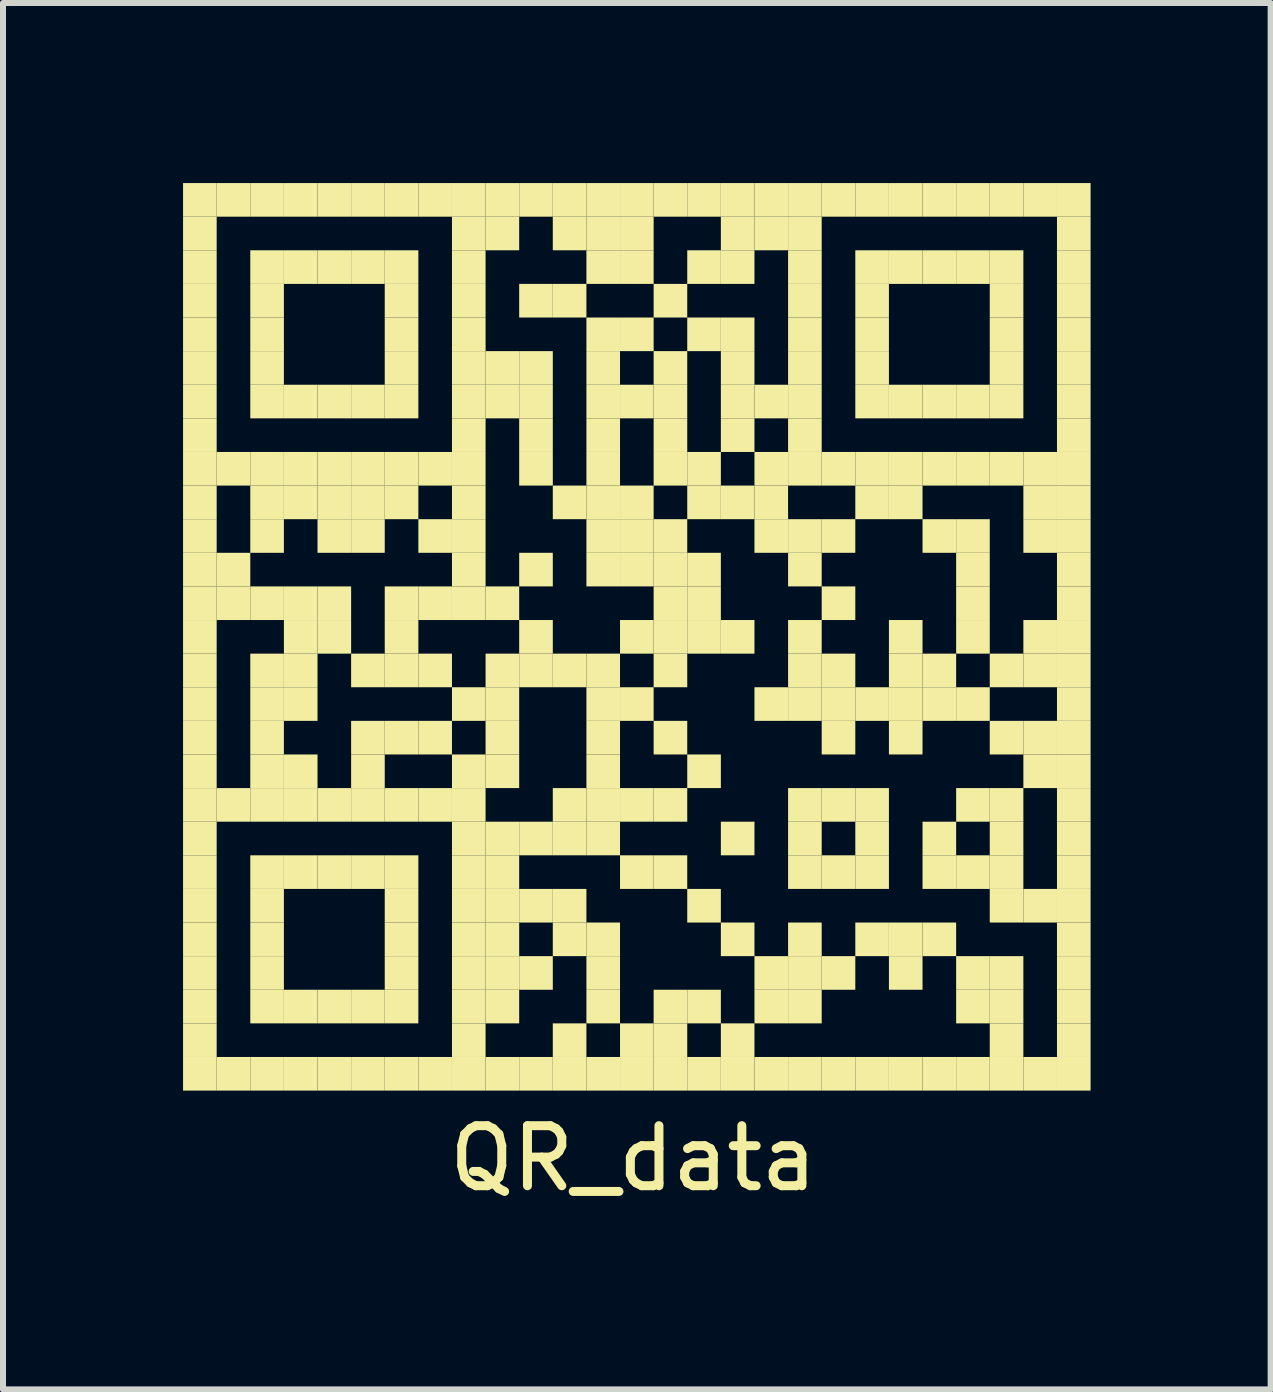
<source format=kicad_pcb>
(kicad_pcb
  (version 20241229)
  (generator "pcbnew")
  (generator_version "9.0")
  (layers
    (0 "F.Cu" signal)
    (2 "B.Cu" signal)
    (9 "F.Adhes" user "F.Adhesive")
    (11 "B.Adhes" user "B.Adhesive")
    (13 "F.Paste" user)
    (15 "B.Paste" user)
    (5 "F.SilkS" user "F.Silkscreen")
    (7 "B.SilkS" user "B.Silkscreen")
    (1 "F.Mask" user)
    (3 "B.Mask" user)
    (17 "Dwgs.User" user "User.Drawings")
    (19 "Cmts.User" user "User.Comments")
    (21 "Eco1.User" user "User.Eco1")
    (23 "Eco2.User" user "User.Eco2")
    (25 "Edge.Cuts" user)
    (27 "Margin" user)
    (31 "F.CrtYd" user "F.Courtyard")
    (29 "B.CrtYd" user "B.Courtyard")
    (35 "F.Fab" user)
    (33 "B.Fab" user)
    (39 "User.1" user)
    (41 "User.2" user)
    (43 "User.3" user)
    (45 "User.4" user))
  (footprint "QR_data"
    (layer "F.Cu")
    (at 7.5 7.5)
    (property "Reference" "QR_data" (at 0 8.75 0) (layer "F.SilkS") (effects (font (size 1 1) (thickness 0.15))))
    (attr exclude_from_pos_files exclude_from_bom allow_missing_courtyard)
    (fp_poly (pts (xy -7.5 -7.5) (xy -7.5 -6.94) (xy -6.94 -6.94) (xy -6.94 -7.5)) (stroke (width 0) (type solid)) (fill yes) (layer "F.SilkS"))
    (fp_poly (pts (xy -7.5 -6.94) (xy -7.5 -6.38) (xy -6.94 -6.38) (xy -6.94 -6.94)) (stroke (width 0) (type solid)) (fill yes) (layer "F.SilkS"))
    (fp_poly (pts (xy -7.5 -6.38) (xy -7.5 -5.82) (xy -6.94 -5.82) (xy -6.94 -6.38)) (stroke (width 0) (type solid)) (fill yes) (layer "F.SilkS"))
    (fp_poly (pts (xy -7.5 -5.82) (xy -7.5 -5.26) (xy -6.94 -5.26) (xy -6.94 -5.82)) (stroke (width 0) (type solid)) (fill yes) (layer "F.SilkS"))
    (fp_poly (pts (xy -7.5 -5.26) (xy -7.5 -4.7) (xy -6.94 -4.7) (xy -6.94 -5.26)) (stroke (width 0) (type solid)) (fill yes) (layer "F.SilkS"))
    (fp_poly (pts (xy -7.5 -4.7) (xy -7.5 -4.14) (xy -6.94 -4.14) (xy -6.94 -4.7)) (stroke (width 0) (type solid)) (fill yes) (layer "F.SilkS"))
    (fp_poly (pts (xy -7.5 -4.14) (xy -7.5 -3.58) (xy -6.94 -3.58) (xy -6.94 -4.14)) (stroke (width 0) (type solid)) (fill yes) (layer "F.SilkS"))
    (fp_poly (pts (xy -7.5 -3.58) (xy -7.5 -3.02) (xy -6.94 -3.02) (xy -6.94 -3.58)) (stroke (width 0) (type solid)) (fill yes) (layer "F.SilkS"))
    (fp_poly (pts (xy -7.5 -3.02) (xy -7.5 -2.46) (xy -6.94 -2.46) (xy -6.94 -3.02)) (stroke (width 0) (type solid)) (fill yes) (layer "F.SilkS"))
    (fp_poly (pts (xy -7.5 -2.46) (xy -7.5 -1.9) (xy -6.94 -1.9) (xy -6.94 -2.46)) (stroke (width 0) (type solid)) (fill yes) (layer "F.SilkS"))
    (fp_poly (pts (xy -7.5 -1.9) (xy -7.5 -1.34) (xy -6.94 -1.34) (xy -6.94 -1.9)) (stroke (width 0) (type solid)) (fill yes) (layer "F.SilkS"))
    (fp_poly (pts (xy -7.5 -1.34) (xy -7.5 -0.78) (xy -6.94 -0.78) (xy -6.94 -1.34)) (stroke (width 0) (type solid)) (fill yes) (layer "F.SilkS"))
    (fp_poly (pts (xy -7.5 -0.78) (xy -7.5 -0.22) (xy -6.94 -0.22) (xy -6.94 -0.78)) (stroke (width 0) (type solid)) (fill yes) (layer "F.SilkS"))
    (fp_poly (pts (xy -7.5 -0.22) (xy -7.5 0.34) (xy -6.94 0.34) (xy -6.94 -0.22)) (stroke (width 0) (type solid)) (fill yes) (layer "F.SilkS"))
    (fp_poly (pts (xy -7.5 0.34) (xy -7.5 0.9) (xy -6.94 0.9) (xy -6.94 0.34)) (stroke (width 0) (type solid)) (fill yes) (layer "F.SilkS"))
    (fp_poly (pts (xy -7.5 0.9) (xy -7.5 1.46) (xy -6.94 1.46) (xy -6.94 0.9)) (stroke (width 0) (type solid)) (fill yes) (layer "F.SilkS"))
    (fp_poly (pts (xy -7.5 1.46) (xy -7.5 2.02) (xy -6.94 2.02) (xy -6.94 1.46)) (stroke (width 0) (type solid)) (fill yes) (layer "F.SilkS"))
    (fp_poly (pts (xy -7.5 2.02) (xy -7.5 2.58) (xy -6.94 2.58) (xy -6.94 2.02)) (stroke (width 0) (type solid)) (fill yes) (layer "F.SilkS"))
    (fp_poly (pts (xy -7.5 2.58) (xy -7.5 3.14) (xy -6.94 3.14) (xy -6.94 2.58)) (stroke (width 0) (type solid)) (fill yes) (layer "F.SilkS"))
    (fp_poly (pts (xy -7.5 3.14) (xy -7.5 3.7) (xy -6.94 3.7) (xy -6.94 3.14)) (stroke (width 0) (type solid)) (fill yes) (layer "F.SilkS"))
    (fp_poly (pts (xy -7.5 3.7) (xy -7.5 4.26) (xy -6.94 4.26) (xy -6.94 3.7)) (stroke (width 0) (type solid)) (fill yes) (layer "F.SilkS"))
    (fp_poly (pts (xy -7.5 4.26) (xy -7.5 4.82) (xy -6.94 4.82) (xy -6.94 4.26)) (stroke (width 0) (type solid)) (fill yes) (layer "F.SilkS"))
    (fp_poly (pts (xy -7.5 4.82) (xy -7.5 5.38) (xy -6.94 5.38) (xy -6.94 4.82)) (stroke (width 0) (type solid)) (fill yes) (layer "F.SilkS"))
    (fp_poly (pts (xy -7.5 5.38) (xy -7.5 5.94) (xy -6.94 5.94) (xy -6.94 5.38)) (stroke (width 0) (type solid)) (fill yes) (layer "F.SilkS"))
    (fp_poly (pts (xy -7.5 5.94) (xy -7.5 6.5) (xy -6.94 6.5) (xy -6.94 5.94)) (stroke (width 0) (type solid)) (fill yes) (layer "F.SilkS"))
    (fp_poly (pts (xy -7.5 6.5) (xy -7.5 7.06) (xy -6.94 7.06) (xy -6.94 6.5)) (stroke (width 0) (type solid)) (fill yes) (layer "F.SilkS"))
    (fp_poly (pts (xy -7.5 7.06) (xy -7.5 7.62) (xy -6.94 7.62) (xy -6.94 7.06)) (stroke (width 0) (type solid)) (fill yes) (layer "F.SilkS"))
    (fp_poly (pts (xy -6.94 -7.5) (xy -6.94 -6.94) (xy -6.38 -6.94) (xy -6.38 -7.5)) (stroke (width 0) (type solid)) (fill yes) (layer "F.SilkS"))
    (fp_poly (pts (xy -6.94 -3.02) (xy -6.94 -2.46) (xy -6.38 -2.46) (xy -6.38 -3.02)) (stroke (width 0) (type solid)) (fill yes) (layer "F.SilkS"))
    (fp_poly (pts (xy -6.94 -1.34) (xy -6.94 -0.78) (xy -6.38 -0.78) (xy -6.38 -1.34)) (stroke (width 0) (type solid)) (fill yes) (layer "F.SilkS"))
    (fp_poly (pts (xy -6.94 -0.78) (xy -6.94 -0.22) (xy -6.38 -0.22) (xy -6.38 -0.78)) (stroke (width 0) (type solid)) (fill yes) (layer "F.SilkS"))
    (fp_poly (pts (xy -6.94 2.58) (xy -6.94 3.14) (xy -6.38 3.14) (xy -6.38 2.58)) (stroke (width 0) (type solid)) (fill yes) (layer "F.SilkS"))
    (fp_poly (pts (xy -6.94 7.06) (xy -6.94 7.62) (xy -6.38 7.62) (xy -6.38 7.06)) (stroke (width 0) (type solid)) (fill yes) (layer "F.SilkS"))
    (fp_poly (pts (xy -6.38 -7.5) (xy -6.38 -6.94) (xy -5.82 -6.94) (xy -5.82 -7.5)) (stroke (width 0) (type solid)) (fill yes) (layer "F.SilkS"))
    (fp_poly (pts (xy -6.38 -6.38) (xy -6.38 -5.82) (xy -5.82 -5.82) (xy -5.82 -6.38)) (stroke (width 0) (type solid)) (fill yes) (layer "F.SilkS"))
    (fp_poly (pts (xy -6.38 -5.82) (xy -6.38 -5.26) (xy -5.82 -5.26) (xy -5.82 -5.82)) (stroke (width 0) (type solid)) (fill yes) (layer "F.SilkS"))
    (fp_poly (pts (xy -6.38 -5.26) (xy -6.38 -4.7) (xy -5.82 -4.7) (xy -5.82 -5.26)) (stroke (width 0) (type solid)) (fill yes) (layer "F.SilkS"))
    (fp_poly (pts (xy -6.38 -4.7) (xy -6.38 -4.14) (xy -5.82 -4.14) (xy -5.82 -4.7)) (stroke (width 0) (type solid)) (fill yes) (layer "F.SilkS"))
    (fp_poly (pts (xy -6.38 -4.14) (xy -6.38 -3.58) (xy -5.82 -3.58) (xy -5.82 -4.14)) (stroke (width 0) (type solid)) (fill yes) (layer "F.SilkS"))
    (fp_poly (pts (xy -6.38 -3.02) (xy -6.38 -2.46) (xy -5.82 -2.46) (xy -5.82 -3.02)) (stroke (width 0) (type solid)) (fill yes) (layer "F.SilkS"))
    (fp_poly (pts (xy -6.38 -2.46) (xy -6.38 -1.9) (xy -5.82 -1.9) (xy -5.82 -2.46)) (stroke (width 0) (type solid)) (fill yes) (layer "F.SilkS"))
    (fp_poly (pts (xy -6.38 -1.9) (xy -6.38 -1.34) (xy -5.82 -1.34) (xy -5.82 -1.9)) (stroke (width 0) (type solid)) (fill yes) (layer "F.SilkS"))
    (fp_poly (pts (xy -6.38 -0.78) (xy -6.38 -0.22) (xy -5.82 -0.22) (xy -5.82 -0.78)) (stroke (width 0) (type solid)) (fill yes) (layer "F.SilkS"))
    (fp_poly (pts (xy -6.38 0.34) (xy -6.38 0.9) (xy -5.82 0.9) (xy -5.82 0.34)) (stroke (width 0) (type solid)) (fill yes) (layer "F.SilkS"))
    (fp_poly (pts (xy -6.38 0.9) (xy -6.38 1.46) (xy -5.82 1.46) (xy -5.82 0.9)) (stroke (width 0) (type solid)) (fill yes) (layer "F.SilkS"))
    (fp_poly (pts (xy -6.38 1.46) (xy -6.38 2.02) (xy -5.82 2.02) (xy -5.82 1.46)) (stroke (width 0) (type solid)) (fill yes) (layer "F.SilkS"))
    (fp_poly (pts (xy -6.38 2.02) (xy -6.38 2.58) (xy -5.82 2.58) (xy -5.82 2.02)) (stroke (width 0) (type solid)) (fill yes) (layer "F.SilkS"))
    (fp_poly (pts (xy -6.38 2.58) (xy -6.38 3.14) (xy -5.82 3.14) (xy -5.82 2.58)) (stroke (width 0) (type solid)) (fill yes) (layer "F.SilkS"))
    (fp_poly (pts (xy -6.38 3.7) (xy -6.38 4.26) (xy -5.82 4.26) (xy -5.82 3.7)) (stroke (width 0) (type solid)) (fill yes) (layer "F.SilkS"))
    (fp_poly (pts (xy -6.38 4.26) (xy -6.38 4.82) (xy -5.82 4.82) (xy -5.82 4.26)) (stroke (width 0) (type solid)) (fill yes) (layer "F.SilkS"))
    (fp_poly (pts (xy -6.38 4.82) (xy -6.38 5.38) (xy -5.82 5.38) (xy -5.82 4.82)) (stroke (width 0) (type solid)) (fill yes) (layer "F.SilkS"))
    (fp_poly (pts (xy -6.38 5.38) (xy -6.38 5.94) (xy -5.82 5.94) (xy -5.82 5.38)) (stroke (width 0) (type solid)) (fill yes) (layer "F.SilkS"))
    (fp_poly (pts (xy -6.38 5.94) (xy -6.38 6.5) (xy -5.82 6.5) (xy -5.82 5.94)) (stroke (width 0) (type solid)) (fill yes) (layer "F.SilkS"))
    (fp_poly (pts (xy -6.38 7.06) (xy -6.38 7.62) (xy -5.82 7.62) (xy -5.82 7.06)) (stroke (width 0) (type solid)) (fill yes) (layer "F.SilkS"))
    (fp_poly (pts (xy -5.82 -7.5) (xy -5.82 -6.94) (xy -5.26 -6.94) (xy -5.26 -7.5)) (stroke (width 0) (type solid)) (fill yes) (layer "F.SilkS"))
    (fp_poly (pts (xy -5.82 -6.38) (xy -5.82 -5.82) (xy -5.26 -5.82) (xy -5.26 -6.38)) (stroke (width 0) (type solid)) (fill yes) (layer "F.SilkS"))
    (fp_poly (pts (xy -5.82 -4.14) (xy -5.82 -3.58) (xy -5.26 -3.58) (xy -5.26 -4.14)) (stroke (width 0) (type solid)) (fill yes) (layer "F.SilkS"))
    (fp_poly (pts (xy -5.82 -3.02) (xy -5.82 -2.46) (xy -5.26 -2.46) (xy -5.26 -3.02)) (stroke (width 0) (type solid)) (fill yes) (layer "F.SilkS"))
    (fp_poly (pts (xy -5.82 -2.46) (xy -5.82 -1.9) (xy -5.26 -1.9) (xy -5.26 -2.46)) (stroke (width 0) (type solid)) (fill yes) (layer "F.SilkS"))
    (fp_poly (pts (xy -5.82 -0.78) (xy -5.82 -0.22) (xy -5.26 -0.22) (xy -5.26 -0.78)) (stroke (width 0) (type solid)) (fill yes) (layer "F.SilkS"))
    (fp_poly (pts (xy -5.82 -0.22) (xy -5.82 0.34) (xy -5.26 0.34) (xy -5.26 -0.22)) (stroke (width 0) (type solid)) (fill yes) (layer "F.SilkS"))
    (fp_poly (pts (xy -5.82 0.34) (xy -5.82 0.9) (xy -5.26 0.9) (xy -5.26 0.34)) (stroke (width 0) (type solid)) (fill yes) (layer "F.SilkS"))
    (fp_poly (pts (xy -5.82 0.9) (xy -5.82 1.46) (xy -5.26 1.46) (xy -5.26 0.9)) (stroke (width 0) (type solid)) (fill yes) (layer "F.SilkS"))
    (fp_poly (pts (xy -5.82 2.02) (xy -5.82 2.58) (xy -5.26 2.58) (xy -5.26 2.02)) (stroke (width 0) (type solid)) (fill yes) (layer "F.SilkS"))
    (fp_poly (pts (xy -5.82 2.58) (xy -5.82 3.14) (xy -5.26 3.14) (xy -5.26 2.58)) (stroke (width 0) (type solid)) (fill yes) (layer "F.SilkS"))
    (fp_poly (pts (xy -5.82 3.7) (xy -5.82 4.26) (xy -5.26 4.26) (xy -5.26 3.7)) (stroke (width 0) (type solid)) (fill yes) (layer "F.SilkS"))
    (fp_poly (pts (xy -5.82 5.94) (xy -5.82 6.5) (xy -5.26 6.5) (xy -5.26 5.94)) (stroke (width 0) (type solid)) (fill yes) (layer "F.SilkS"))
    (fp_poly (pts (xy -5.82 7.06) (xy -5.82 7.62) (xy -5.26 7.62) (xy -5.26 7.06)) (stroke (width 0) (type solid)) (fill yes) (layer "F.SilkS"))
    (fp_poly (pts (xy -5.26 -7.5) (xy -5.26 -6.94) (xy -4.7 -6.94) (xy -4.7 -7.5)) (stroke (width 0) (type solid)) (fill yes) (layer "F.SilkS"))
    (fp_poly (pts (xy -5.26 -6.38) (xy -5.26 -5.82) (xy -4.7 -5.82) (xy -4.7 -6.38)) (stroke (width 0) (type solid)) (fill yes) (layer "F.SilkS"))
    (fp_poly (pts (xy -5.26 -4.14) (xy -5.26 -3.58) (xy -4.7 -3.58) (xy -4.7 -4.14)) (stroke (width 0) (type solid)) (fill yes) (layer "F.SilkS"))
    (fp_poly (pts (xy -5.26 -3.02) (xy -5.26 -2.46) (xy -4.7 -2.46) (xy -4.7 -3.02)) (stroke (width 0) (type solid)) (fill yes) (layer "F.SilkS"))
    (fp_poly (pts (xy -5.26 -2.46) (xy -5.26 -1.9) (xy -4.7 -1.9) (xy -4.7 -2.46)) (stroke (width 0) (type solid)) (fill yes) (layer "F.SilkS"))
    (fp_poly (pts (xy -5.26 -1.9) (xy -5.26 -1.34) (xy -4.7 -1.34) (xy -4.7 -1.9)) (stroke (width 0) (type solid)) (fill yes) (layer "F.SilkS"))
    (fp_poly (pts (xy -5.26 -0.78) (xy -5.26 -0.22) (xy -4.7 -0.22) (xy -4.7 -0.78)) (stroke (width 0) (type solid)) (fill yes) (layer "F.SilkS"))
    (fp_poly (pts (xy -5.26 -0.22) (xy -5.26 0.34) (xy -4.7 0.34) (xy -4.7 -0.22)) (stroke (width 0) (type solid)) (fill yes) (layer "F.SilkS"))
    (fp_poly (pts (xy -5.26 2.58) (xy -5.26 3.14) (xy -4.7 3.14) (xy -4.7 2.58)) (stroke (width 0) (type solid)) (fill yes) (layer "F.SilkS"))
    (fp_poly (pts (xy -5.26 3.7) (xy -5.26 4.26) (xy -4.7 4.26) (xy -4.7 3.7)) (stroke (width 0) (type solid)) (fill yes) (layer "F.SilkS"))
    (fp_poly (pts (xy -5.26 5.94) (xy -5.26 6.5) (xy -4.7 6.5) (xy -4.7 5.94)) (stroke (width 0) (type solid)) (fill yes) (layer "F.SilkS"))
    (fp_poly (pts (xy -5.26 7.06) (xy -5.26 7.62) (xy -4.7 7.62) (xy -4.7 7.06)) (stroke (width 0) (type solid)) (fill yes) (layer "F.SilkS"))
    (fp_poly (pts (xy -4.7 -7.5) (xy -4.7 -6.94) (xy -4.14 -6.94) (xy -4.14 -7.5)) (stroke (width 0) (type solid)) (fill yes) (layer "F.SilkS"))
    (fp_poly (pts (xy -4.7 -6.38) (xy -4.7 -5.82) (xy -4.14 -5.82) (xy -4.14 -6.38)) (stroke (width 0) (type solid)) (fill yes) (layer "F.SilkS"))
    (fp_poly (pts (xy -4.7 -4.14) (xy -4.7 -3.58) (xy -4.14 -3.58) (xy -4.14 -4.14)) (stroke (width 0) (type solid)) (fill yes) (layer "F.SilkS"))
    (fp_poly (pts (xy -4.7 -3.02) (xy -4.7 -2.46) (xy -4.14 -2.46) (xy -4.14 -3.02)) (stroke (width 0) (type solid)) (fill yes) (layer "F.SilkS"))
    (fp_poly (pts (xy -4.7 -2.46) (xy -4.7 -1.9) (xy -4.14 -1.9) (xy -4.14 -2.46)) (stroke (width 0) (type solid)) (fill yes) (layer "F.SilkS"))
    (fp_poly (pts (xy -4.7 -1.9) (xy -4.7 -1.34) (xy -4.14 -1.34) (xy -4.14 -1.9)) (stroke (width 0) (type solid)) (fill yes) (layer "F.SilkS"))
    (fp_poly (pts (xy -4.7 0.34) (xy -4.7 0.9) (xy -4.14 0.9) (xy -4.14 0.34)) (stroke (width 0) (type solid)) (fill yes) (layer "F.SilkS"))
    (fp_poly (pts (xy -4.7 1.46) (xy -4.7 2.02) (xy -4.14 2.02) (xy -4.14 1.46)) (stroke (width 0) (type solid)) (fill yes) (layer "F.SilkS"))
    (fp_poly (pts (xy -4.7 2.02) (xy -4.7 2.58) (xy -4.14 2.58) (xy -4.14 2.02)) (stroke (width 0) (type solid)) (fill yes) (layer "F.SilkS"))
    (fp_poly (pts (xy -4.7 2.58) (xy -4.7 3.14) (xy -4.14 3.14) (xy -4.14 2.58)) (stroke (width 0) (type solid)) (fill yes) (layer "F.SilkS"))
    (fp_poly (pts (xy -4.7 3.7) (xy -4.7 4.26) (xy -4.14 4.26) (xy -4.14 3.7)) (stroke (width 0) (type solid)) (fill yes) (layer "F.SilkS"))
    (fp_poly (pts (xy -4.7 5.94) (xy -4.7 6.5) (xy -4.14 6.5) (xy -4.14 5.94)) (stroke (width 0) (type solid)) (fill yes) (layer "F.SilkS"))
    (fp_poly (pts (xy -4.7 7.06) (xy -4.7 7.62) (xy -4.14 7.62) (xy -4.14 7.06)) (stroke (width 0) (type solid)) (fill yes) (layer "F.SilkS"))
    (fp_poly (pts (xy -4.14 -7.5) (xy -4.14 -6.94) (xy -3.58 -6.94) (xy -3.58 -7.5)) (stroke (width 0) (type solid)) (fill yes) (layer "F.SilkS"))
    (fp_poly (pts (xy -4.14 -6.38) (xy -4.14 -5.82) (xy -3.58 -5.82) (xy -3.58 -6.38)) (stroke (width 0) (type solid)) (fill yes) (layer "F.SilkS"))
    (fp_poly (pts (xy -4.14 -5.82) (xy -4.14 -5.26) (xy -3.58 -5.26) (xy -3.58 -5.82)) (stroke (width 0) (type solid)) (fill yes) (layer "F.SilkS"))
    (fp_poly (pts (xy -4.14 -5.26) (xy -4.14 -4.7) (xy -3.58 -4.7) (xy -3.58 -5.26)) (stroke (width 0) (type solid)) (fill yes) (layer "F.SilkS"))
    (fp_poly (pts (xy -4.14 -4.7) (xy -4.14 -4.14) (xy -3.58 -4.14) (xy -3.58 -4.7)) (stroke (width 0) (type solid)) (fill yes) (layer "F.SilkS"))
    (fp_poly (pts (xy -4.14 -4.14) (xy -4.14 -3.58) (xy -3.58 -3.58) (xy -3.58 -4.14)) (stroke (width 0) (type solid)) (fill yes) (layer "F.SilkS"))
    (fp_poly (pts (xy -4.14 -3.02) (xy -4.14 -2.46) (xy -3.58 -2.46) (xy -3.58 -3.02)) (stroke (width 0) (type solid)) (fill yes) (layer "F.SilkS"))
    (fp_poly (pts (xy -4.14 -2.46) (xy -4.14 -1.9) (xy -3.58 -1.9) (xy -3.58 -2.46)) (stroke (width 0) (type solid)) (fill yes) (layer "F.SilkS"))
    (fp_poly (pts (xy -4.14 -0.78) (xy -4.14 -0.22) (xy -3.58 -0.22) (xy -3.58 -0.78)) (stroke (width 0) (type solid)) (fill yes) (layer "F.SilkS"))
    (fp_poly (pts (xy -4.14 -0.22) (xy -4.14 0.34) (xy -3.58 0.34) (xy -3.58 -0.22)) (stroke (width 0) (type solid)) (fill yes) (layer "F.SilkS"))
    (fp_poly (pts (xy -4.14 0.34) (xy -4.14 0.9) (xy -3.58 0.9) (xy -3.58 0.34)) (stroke (width 0) (type solid)) (fill yes) (layer "F.SilkS"))
    (fp_poly (pts (xy -4.14 1.46) (xy -4.14 2.02) (xy -3.58 2.02) (xy -3.58 1.46)) (stroke (width 0) (type solid)) (fill yes) (layer "F.SilkS"))
    (fp_poly (pts (xy -4.14 2.58) (xy -4.14 3.14) (xy -3.58 3.14) (xy -3.58 2.58)) (stroke (width 0) (type solid)) (fill yes) (layer "F.SilkS"))
    (fp_poly (pts (xy -4.14 3.7) (xy -4.14 4.26) (xy -3.58 4.26) (xy -3.58 3.7)) (stroke (width 0) (type solid)) (fill yes) (layer "F.SilkS"))
    (fp_poly (pts (xy -4.14 4.26) (xy -4.14 4.82) (xy -3.58 4.82) (xy -3.58 4.26)) (stroke (width 0) (type solid)) (fill yes) (layer "F.SilkS"))
    (fp_poly (pts (xy -4.14 4.82) (xy -4.14 5.38) (xy -3.58 5.38) (xy -3.58 4.82)) (stroke (width 0) (type solid)) (fill yes) (layer "F.SilkS"))
    (fp_poly (pts (xy -4.14 5.38) (xy -4.14 5.94) (xy -3.58 5.94) (xy -3.58 5.38)) (stroke (width 0) (type solid)) (fill yes) (layer "F.SilkS"))
    (fp_poly (pts (xy -4.14 5.94) (xy -4.14 6.5) (xy -3.58 6.5) (xy -3.58 5.94)) (stroke (width 0) (type solid)) (fill yes) (layer "F.SilkS"))
    (fp_poly (pts (xy -4.14 7.06) (xy -4.14 7.62) (xy -3.58 7.62) (xy -3.58 7.06)) (stroke (width 0) (type solid)) (fill yes) (layer "F.SilkS"))
    (fp_poly (pts (xy -3.58 -7.5) (xy -3.58 -6.94) (xy -3.02 -6.94) (xy -3.02 -7.5)) (stroke (width 0) (type solid)) (fill yes) (layer "F.SilkS"))
    (fp_poly (pts (xy -3.58 -3.02) (xy -3.58 -2.46) (xy -3.02 -2.46) (xy -3.02 -3.02)) (stroke (width 0) (type solid)) (fill yes) (layer "F.SilkS"))
    (fp_poly (pts (xy -3.58 -1.9) (xy -3.58 -1.34) (xy -3.02 -1.34) (xy -3.02 -1.9)) (stroke (width 0) (type solid)) (fill yes) (layer "F.SilkS"))
    (fp_poly (pts (xy -3.58 -0.78) (xy -3.58 -0.22) (xy -3.02 -0.22) (xy -3.02 -0.78)) (stroke (width 0) (type solid)) (fill yes) (layer "F.SilkS"))
    (fp_poly (pts (xy -3.58 0.34) (xy -3.58 0.9) (xy -3.02 0.9) (xy -3.02 0.34)) (stroke (width 0) (type solid)) (fill yes) (layer "F.SilkS"))
    (fp_poly (pts (xy -3.58 1.46) (xy -3.58 2.02) (xy -3.02 2.02) (xy -3.02 1.46)) (stroke (width 0) (type solid)) (fill yes) (layer "F.SilkS"))
    (fp_poly (pts (xy -3.58 2.58) (xy -3.58 3.14) (xy -3.02 3.14) (xy -3.02 2.58)) (stroke (width 0) (type solid)) (fill yes) (layer "F.SilkS"))
    (fp_poly (pts (xy -3.58 7.06) (xy -3.58 7.62) (xy -3.02 7.62) (xy -3.02 7.06)) (stroke (width 0) (type solid)) (fill yes) (layer "F.SilkS"))
    (fp_poly (pts (xy -3.02 -7.5) (xy -3.02 -6.94) (xy -2.46 -6.94) (xy -2.46 -7.5)) (stroke (width 0) (type solid)) (fill yes) (layer "F.SilkS"))
    (fp_poly (pts (xy -3.02 -6.94) (xy -3.02 -6.38) (xy -2.46 -6.38) (xy -2.46 -6.94)) (stroke (width 0) (type solid)) (fill yes) (layer "F.SilkS"))
    (fp_poly (pts (xy -3.02 -6.38) (xy -3.02 -5.82) (xy -2.46 -5.82) (xy -2.46 -6.38)) (stroke (width 0) (type solid)) (fill yes) (layer "F.SilkS"))
    (fp_poly (pts (xy -3.02 -5.82) (xy -3.02 -5.26) (xy -2.46 -5.26) (xy -2.46 -5.82)) (stroke (width 0) (type solid)) (fill yes) (layer "F.SilkS"))
    (fp_poly (pts (xy -3.02 -5.26) (xy -3.02 -4.7) (xy -2.46 -4.7) (xy -2.46 -5.26)) (stroke (width 0) (type solid)) (fill yes) (layer "F.SilkS"))
    (fp_poly (pts (xy -3.02 -4.7) (xy -3.02 -4.14) (xy -2.46 -4.14) (xy -2.46 -4.7)) (stroke (width 0) (type solid)) (fill yes) (layer "F.SilkS"))
    (fp_poly (pts (xy -3.02 -4.14) (xy -3.02 -3.58) (xy -2.46 -3.58) (xy -2.46 -4.14)) (stroke (width 0) (type solid)) (fill yes) (layer "F.SilkS"))
    (fp_poly (pts (xy -3.02 -3.58) (xy -3.02 -3.02) (xy -2.46 -3.02) (xy -2.46 -3.58)) (stroke (width 0) (type solid)) (fill yes) (layer "F.SilkS"))
    (fp_poly (pts (xy -3.02 -3.02) (xy -3.02 -2.46) (xy -2.46 -2.46) (xy -2.46 -3.02)) (stroke (width 0) (type solid)) (fill yes) (layer "F.SilkS"))
    (fp_poly (pts (xy -3.02 -2.46) (xy -3.02 -1.9) (xy -2.46 -1.9) (xy -2.46 -2.46)) (stroke (width 0) (type solid)) (fill yes) (layer "F.SilkS"))
    (fp_poly (pts (xy -3.02 -1.9) (xy -3.02 -1.34) (xy -2.46 -1.34) (xy -2.46 -1.9)) (stroke (width 0) (type solid)) (fill yes) (layer "F.SilkS"))
    (fp_poly (pts (xy -3.02 -1.34) (xy -3.02 -0.78) (xy -2.46 -0.78) (xy -2.46 -1.34)) (stroke (width 0) (type solid)) (fill yes) (layer "F.SilkS"))
    (fp_poly (pts (xy -3.02 -0.78) (xy -3.02 -0.22) (xy -2.46 -0.22) (xy -2.46 -0.78)) (stroke (width 0) (type solid)) (fill yes) (layer "F.SilkS"))
    (fp_poly (pts (xy -3.02 0.9) (xy -3.02 1.46) (xy -2.46 1.46) (xy -2.46 0.9)) (stroke (width 0) (type solid)) (fill yes) (layer "F.SilkS"))
    (fp_poly (pts (xy -3.02 2.02) (xy -3.02 2.58) (xy -2.46 2.58) (xy -2.46 2.02)) (stroke (width 0) (type solid)) (fill yes) (layer "F.SilkS"))
    (fp_poly (pts (xy -3.02 2.58) (xy -3.02 3.14) (xy -2.46 3.14) (xy -2.46 2.58)) (stroke (width 0) (type solid)) (fill yes) (layer "F.SilkS"))
    (fp_poly (pts (xy -3.02 3.14) (xy -3.02 3.7) (xy -2.46 3.7) (xy -2.46 3.14)) (stroke (width 0) (type solid)) (fill yes) (layer "F.SilkS"))
    (fp_poly (pts (xy -3.02 3.7) (xy -3.02 4.26) (xy -2.46 4.26) (xy -2.46 3.7)) (stroke (width 0) (type solid)) (fill yes) (layer "F.SilkS"))
    (fp_poly (pts (xy -3.02 4.26) (xy -3.02 4.82) (xy -2.46 4.82) (xy -2.46 4.26)) (stroke (width 0) (type solid)) (fill yes) (layer "F.SilkS"))
    (fp_poly (pts (xy -3.02 4.82) (xy -3.02 5.38) (xy -2.46 5.38) (xy -2.46 4.82)) (stroke (width 0) (type solid)) (fill yes) (layer "F.SilkS"))
    (fp_poly (pts (xy -3.02 5.38) (xy -3.02 5.94) (xy -2.46 5.94) (xy -2.46 5.38)) (stroke (width 0) (type solid)) (fill yes) (layer "F.SilkS"))
    (fp_poly (pts (xy -3.02 5.94) (xy -3.02 6.5) (xy -2.46 6.5) (xy -2.46 5.94)) (stroke (width 0) (type solid)) (fill yes) (layer "F.SilkS"))
    (fp_poly (pts (xy -3.02 6.5) (xy -3.02 7.06) (xy -2.46 7.06) (xy -2.46 6.5)) (stroke (width 0) (type solid)) (fill yes) (layer "F.SilkS"))
    (fp_poly (pts (xy -3.02 7.06) (xy -3.02 7.62) (xy -2.46 7.62) (xy -2.46 7.06)) (stroke (width 0) (type solid)) (fill yes) (layer "F.SilkS"))
    (fp_poly (pts (xy -2.46 -7.5) (xy -2.46 -6.94) (xy -1.9 -6.94) (xy -1.9 -7.5)) (stroke (width 0) (type solid)) (fill yes) (layer "F.SilkS"))
    (fp_poly (pts (xy -2.46 -6.94) (xy -2.46 -6.38) (xy -1.9 -6.38) (xy -1.9 -6.94)) (stroke (width 0) (type solid)) (fill yes) (layer "F.SilkS"))
    (fp_poly (pts (xy -2.46 -4.7) (xy -2.46 -4.14) (xy -1.9 -4.14) (xy -1.9 -4.7)) (stroke (width 0) (type solid)) (fill yes) (layer "F.SilkS"))
    (fp_poly (pts (xy -2.46 -4.14) (xy -2.46 -3.58) (xy -1.9 -3.58) (xy -1.9 -4.14)) (stroke (width 0) (type solid)) (fill yes) (layer "F.SilkS"))
    (fp_poly (pts (xy -2.46 -0.78) (xy -2.46 -0.22) (xy -1.9 -0.22) (xy -1.9 -0.78)) (stroke (width 0) (type solid)) (fill yes) (layer "F.SilkS"))
    (fp_poly (pts (xy -2.46 0.34) (xy -2.46 0.9) (xy -1.9 0.9) (xy -1.9 0.34)) (stroke (width 0) (type solid)) (fill yes) (layer "F.SilkS"))
    (fp_poly (pts (xy -2.46 0.9) (xy -2.46 1.46) (xy -1.9 1.46) (xy -1.9 0.9)) (stroke (width 0) (type solid)) (fill yes) (layer "F.SilkS"))
    (fp_poly (pts (xy -2.46 1.46) (xy -2.46 2.02) (xy -1.9 2.02) (xy -1.9 1.46)) (stroke (width 0) (type solid)) (fill yes) (layer "F.SilkS"))
    (fp_poly (pts (xy -2.46 2.02) (xy -2.46 2.58) (xy -1.9 2.58) (xy -1.9 2.02)) (stroke (width 0) (type solid)) (fill yes) (layer "F.SilkS"))
    (fp_poly (pts (xy -2.46 3.14) (xy -2.46 3.7) (xy -1.9 3.7) (xy -1.9 3.14)) (stroke (width 0) (type solid)) (fill yes) (layer "F.SilkS"))
    (fp_poly (pts (xy -2.46 3.7) (xy -2.46 4.26) (xy -1.9 4.26) (xy -1.9 3.7)) (stroke (width 0) (type solid)) (fill yes) (layer "F.SilkS"))
    (fp_poly (pts (xy -2.46 4.26) (xy -2.46 4.82) (xy -1.9 4.82) (xy -1.9 4.26)) (stroke (width 0) (type solid)) (fill yes) (layer "F.SilkS"))
    (fp_poly (pts (xy -2.46 4.82) (xy -2.46 5.38) (xy -1.9 5.38) (xy -1.9 4.82)) (stroke (width 0) (type solid)) (fill yes) (layer "F.SilkS"))
    (fp_poly (pts (xy -2.46 5.38) (xy -2.46 5.94) (xy -1.9 5.94) (xy -1.9 5.38)) (stroke (width 0) (type solid)) (fill yes) (layer "F.SilkS"))
    (fp_poly (pts (xy -2.46 5.94) (xy -2.46 6.5) (xy -1.9 6.5) (xy -1.9 5.94)) (stroke (width 0) (type solid)) (fill yes) (layer "F.SilkS"))
    (fp_poly (pts (xy -2.46 7.06) (xy -2.46 7.62) (xy -1.9 7.62) (xy -1.9 7.06)) (stroke (width 0) (type solid)) (fill yes) (layer "F.SilkS"))
    (fp_poly (pts (xy -1.9 -7.5) (xy -1.9 -6.94) (xy -1.34 -6.94) (xy -1.34 -7.5)) (stroke (width 0) (type solid)) (fill yes) (layer "F.SilkS"))
    (fp_poly (pts (xy -1.9 -5.82) (xy -1.9 -5.26) (xy -1.34 -5.26) (xy -1.34 -5.82)) (stroke (width 0) (type solid)) (fill yes) (layer "F.SilkS"))
    (fp_poly (pts (xy -1.9 -4.7) (xy -1.9 -4.14) (xy -1.34 -4.14) (xy -1.34 -4.7)) (stroke (width 0) (type solid)) (fill yes) (layer "F.SilkS"))
    (fp_poly (pts (xy -1.9 -4.14) (xy -1.9 -3.58) (xy -1.34 -3.58) (xy -1.34 -4.14)) (stroke (width 0) (type solid)) (fill yes) (layer "F.SilkS"))
    (fp_poly (pts (xy -1.9 -3.58) (xy -1.9 -3.02) (xy -1.34 -3.02) (xy -1.34 -3.58)) (stroke (width 0) (type solid)) (fill yes) (layer "F.SilkS"))
    (fp_poly (pts (xy -1.9 -3.02) (xy -1.9 -2.46) (xy -1.34 -2.46) (xy -1.34 -3.02)) (stroke (width 0) (type solid)) (fill yes) (layer "F.SilkS"))
    (fp_poly (pts (xy -1.9 -1.34) (xy -1.9 -0.78) (xy -1.34 -0.78) (xy -1.34 -1.34)) (stroke (width 0) (type solid)) (fill yes) (layer "F.SilkS"))
    (fp_poly (pts (xy -1.9 -0.22) (xy -1.9 0.34) (xy -1.34 0.34) (xy -1.34 -0.22)) (stroke (width 0) (type solid)) (fill yes) (layer "F.SilkS"))
    (fp_poly (pts (xy -1.9 0.34) (xy -1.9 0.9) (xy -1.34 0.9) (xy -1.34 0.34)) (stroke (width 0) (type solid)) (fill yes) (layer "F.SilkS"))
    (fp_poly (pts (xy -1.9 3.14) (xy -1.9 3.7) (xy -1.34 3.7) (xy -1.34 3.14)) (stroke (width 0) (type solid)) (fill yes) (layer "F.SilkS"))
    (fp_poly (pts (xy -1.9 4.26) (xy -1.9 4.82) (xy -1.34 4.82) (xy -1.34 4.26)) (stroke (width 0) (type solid)) (fill yes) (layer "F.SilkS"))
    (fp_poly (pts (xy -1.9 5.38) (xy -1.9 5.94) (xy -1.34 5.94) (xy -1.34 5.38)) (stroke (width 0) (type solid)) (fill yes) (layer "F.SilkS"))
    (fp_poly (pts (xy -1.9 7.06) (xy -1.9 7.62) (xy -1.34 7.62) (xy -1.34 7.06)) (stroke (width 0) (type solid)) (fill yes) (layer "F.SilkS"))
    (fp_poly (pts (xy -1.34 -7.5) (xy -1.34 -6.94) (xy -0.78 -6.94) (xy -0.78 -7.5)) (stroke (width 0) (type solid)) (fill yes) (layer "F.SilkS"))
    (fp_poly (pts (xy -1.34 -6.94) (xy -1.34 -6.38) (xy -0.78 -6.38) (xy -0.78 -6.94)) (stroke (width 0) (type solid)) (fill yes) (layer "F.SilkS"))
    (fp_poly (pts (xy -1.34 -5.82) (xy -1.34 -5.26) (xy -0.78 -5.26) (xy -0.78 -5.82)) (stroke (width 0) (type solid)) (fill yes) (layer "F.SilkS"))
    (fp_poly (pts (xy -1.34 -2.46) (xy -1.34 -1.9) (xy -0.78 -1.9) (xy -0.78 -2.46)) (stroke (width 0) (type solid)) (fill yes) (layer "F.SilkS"))
    (fp_poly (pts (xy -1.34 0.34) (xy -1.34 0.9) (xy -0.78 0.9) (xy -0.78 0.34)) (stroke (width 0) (type solid)) (fill yes) (layer "F.SilkS"))
    (fp_poly (pts (xy -1.34 2.58) (xy -1.34 3.14) (xy -0.78 3.14) (xy -0.78 2.58)) (stroke (width 0) (type solid)) (fill yes) (layer "F.SilkS"))
    (fp_poly (pts (xy -1.34 3.14) (xy -1.34 3.7) (xy -0.78 3.7) (xy -0.78 3.14)) (stroke (width 0) (type solid)) (fill yes) (layer "F.SilkS"))
    (fp_poly (pts (xy -1.34 4.26) (xy -1.34 4.82) (xy -0.78 4.82) (xy -0.78 4.26)) (stroke (width 0) (type solid)) (fill yes) (layer "F.SilkS"))
    (fp_poly (pts (xy -1.34 4.82) (xy -1.34 5.38) (xy -0.78 5.38) (xy -0.78 4.82)) (stroke (width 0) (type solid)) (fill yes) (layer "F.SilkS"))
    (fp_poly (pts (xy -1.34 6.5) (xy -1.34 7.06) (xy -0.78 7.06) (xy -0.78 6.5)) (stroke (width 0) (type solid)) (fill yes) (layer "F.SilkS"))
    (fp_poly (pts (xy -1.34 7.06) (xy -1.34 7.62) (xy -0.78 7.62) (xy -0.78 7.06)) (stroke (width 0) (type solid)) (fill yes) (layer "F.SilkS"))
    (fp_poly (pts (xy -0.78 -7.5) (xy -0.78 -6.94) (xy -0.22 -6.94) (xy -0.22 -7.5)) (stroke (width 0) (type solid)) (fill yes) (layer "F.SilkS"))
    (fp_poly (pts (xy -0.78 -6.94) (xy -0.78 -6.38) (xy -0.22 -6.38) (xy -0.22 -6.94)) (stroke (width 0) (type solid)) (fill yes) (layer "F.SilkS"))
    (fp_poly (pts (xy -0.78 -6.38) (xy -0.78 -5.82) (xy -0.22 -5.82) (xy -0.22 -6.38)) (stroke (width 0) (type solid)) (fill yes) (layer "F.SilkS"))
    (fp_poly (pts (xy -0.78 -5.26) (xy -0.78 -4.7) (xy -0.22 -4.7) (xy -0.22 -5.26)) (stroke (width 0) (type solid)) (fill yes) (layer "F.SilkS"))
    (fp_poly (pts (xy -0.78 -4.7) (xy -0.78 -4.14) (xy -0.22 -4.14) (xy -0.22 -4.7)) (stroke (width 0) (type solid)) (fill yes) (layer "F.SilkS"))
    (fp_poly (pts (xy -0.78 -4.14) (xy -0.78 -3.58) (xy -0.22 -3.58) (xy -0.22 -4.14)) (stroke (width 0) (type solid)) (fill yes) (layer "F.SilkS"))
    (fp_poly (pts (xy -0.78 -3.58) (xy -0.78 -3.02) (xy -0.22 -3.02) (xy -0.22 -3.58)) (stroke (width 0) (type solid)) (fill yes) (layer "F.SilkS"))
    (fp_poly (pts (xy -0.78 -3.02) (xy -0.78 -2.46) (xy -0.22 -2.46) (xy -0.22 -3.02)) (stroke (width 0) (type solid)) (fill yes) (layer "F.SilkS"))
    (fp_poly (pts (xy -0.78 -2.46) (xy -0.78 -1.9) (xy -0.22 -1.9) (xy -0.22 -2.46)) (stroke (width 0) (type solid)) (fill yes) (layer "F.SilkS"))
    (fp_poly (pts (xy -0.78 -1.9) (xy -0.78 -1.34) (xy -0.22 -1.34) (xy -0.22 -1.9)) (stroke (width 0) (type solid)) (fill yes) (layer "F.SilkS"))
    (fp_poly (pts (xy -0.78 -1.34) (xy -0.78 -0.78) (xy -0.22 -0.78) (xy -0.22 -1.34)) (stroke (width 0) (type solid)) (fill yes) (layer "F.SilkS"))
    (fp_poly (pts (xy -0.78 0.34) (xy -0.78 0.9) (xy -0.22 0.9) (xy -0.22 0.34)) (stroke (width 0) (type solid)) (fill yes) (layer "F.SilkS"))
    (fp_poly (pts (xy -0.78 0.9) (xy -0.78 1.46) (xy -0.22 1.46) (xy -0.22 0.9)) (stroke (width 0) (type solid)) (fill yes) (layer "F.SilkS"))
    (fp_poly (pts (xy -0.78 1.46) (xy -0.78 2.02) (xy -0.22 2.02) (xy -0.22 1.46)) (stroke (width 0) (type solid)) (fill yes) (layer "F.SilkS"))
    (fp_poly (pts (xy -0.78 2.02) (xy -0.78 2.58) (xy -0.22 2.58) (xy -0.22 2.02)) (stroke (width 0) (type solid)) (fill yes) (layer "F.SilkS"))
    (fp_poly (pts (xy -0.78 2.58) (xy -0.78 3.14) (xy -0.22 3.14) (xy -0.22 2.58)) (stroke (width 0) (type solid)) (fill yes) (layer "F.SilkS"))
    (fp_poly (pts (xy -0.78 3.14) (xy -0.78 3.7) (xy -0.22 3.7) (xy -0.22 3.14)) (stroke (width 0) (type solid)) (fill yes) (layer "F.SilkS"))
    (fp_poly (pts (xy -0.78 4.82) (xy -0.78 5.38) (xy -0.22 5.38) (xy -0.22 4.82)) (stroke (width 0) (type solid)) (fill yes) (layer "F.SilkS"))
    (fp_poly (pts (xy -0.78 5.38) (xy -0.78 5.94) (xy -0.22 5.94) (xy -0.22 5.38)) (stroke (width 0) (type solid)) (fill yes) (layer "F.SilkS"))
    (fp_poly (pts (xy -0.78 5.94) (xy -0.78 6.5) (xy -0.22 6.5) (xy -0.22 5.94)) (stroke (width 0) (type solid)) (fill yes) (layer "F.SilkS"))
    (fp_poly (pts (xy -0.78 7.06) (xy -0.78 7.62) (xy -0.22 7.62) (xy -0.22 7.06)) (stroke (width 0) (type solid)) (fill yes) (layer "F.SilkS"))
    (fp_poly (pts (xy -0.22 -7.5) (xy -0.22 -6.94) (xy 0.34 -6.94) (xy 0.34 -7.5)) (stroke (width 0) (type solid)) (fill yes) (layer "F.SilkS"))
    (fp_poly (pts (xy -0.22 -6.94) (xy -0.22 -6.38) (xy 0.34 -6.38) (xy 0.34 -6.94)) (stroke (width 0) (type solid)) (fill yes) (layer "F.SilkS"))
    (fp_poly (pts (xy -0.22 -6.38) (xy -0.22 -5.82) (xy 0.34 -5.82) (xy 0.34 -6.38)) (stroke (width 0) (type solid)) (fill yes) (layer "F.SilkS"))
    (fp_poly (pts (xy -0.22 -5.26) (xy -0.22 -4.7) (xy 0.34 -4.7) (xy 0.34 -5.26)) (stroke (width 0) (type solid)) (fill yes) (layer "F.SilkS"))
    (fp_poly (pts (xy -0.22 -4.14) (xy -0.22 -3.58) (xy 0.34 -3.58) (xy 0.34 -4.14)) (stroke (width 0) (type solid)) (fill yes) (layer "F.SilkS"))
    (fp_poly (pts (xy -0.22 -2.46) (xy -0.22 -1.9) (xy 0.34 -1.9) (xy 0.34 -2.46)) (stroke (width 0) (type solid)) (fill yes) (layer "F.SilkS"))
    (fp_poly (pts (xy -0.22 -1.9) (xy -0.22 -1.34) (xy 0.34 -1.34) (xy 0.34 -1.9)) (stroke (width 0) (type solid)) (fill yes) (layer "F.SilkS"))
    (fp_poly (pts (xy -0.22 -1.34) (xy -0.22 -0.78) (xy 0.34 -0.78) (xy 0.34 -1.34)) (stroke (width 0) (type solid)) (fill yes) (layer "F.SilkS"))
    (fp_poly (pts (xy -0.22 -0.22) (xy -0.22 0.34) (xy 0.34 0.34) (xy 0.34 -0.22)) (stroke (width 0) (type solid)) (fill yes) (layer "F.SilkS"))
    (fp_poly (pts (xy -0.22 0.9) (xy -0.22 1.46) (xy 0.34 1.46) (xy 0.34 0.9)) (stroke (width 0) (type solid)) (fill yes) (layer "F.SilkS"))
    (fp_poly (pts (xy -0.22 2.58) (xy -0.22 3.14) (xy 0.34 3.14) (xy 0.34 2.58)) (stroke (width 0) (type solid)) (fill yes) (layer "F.SilkS"))
    (fp_poly (pts (xy -0.22 3.7) (xy -0.22 4.26) (xy 0.34 4.26) (xy 0.34 3.7)) (stroke (width 0) (type solid)) (fill yes) (layer "F.SilkS"))
    (fp_poly (pts (xy -0.22 6.5) (xy -0.22 7.06) (xy 0.34 7.06) (xy 0.34 6.5)) (stroke (width 0) (type solid)) (fill yes) (layer "F.SilkS"))
    (fp_poly (pts (xy -0.22 7.06) (xy -0.22 7.62) (xy 0.34 7.62) (xy 0.34 7.06)) (stroke (width 0) (type solid)) (fill yes) (layer "F.SilkS"))
    (fp_poly (pts (xy 0.34 -7.5) (xy 0.34 -6.94) (xy 0.9 -6.94) (xy 0.9 -7.5)) (stroke (width 0) (type solid)) (fill yes) (layer "F.SilkS"))
    (fp_poly (pts (xy 0.34 -5.82) (xy 0.34 -5.26) (xy 0.9 -5.26) (xy 0.9 -5.82)) (stroke (width 0) (type solid)) (fill yes) (layer "F.SilkS"))
    (fp_poly (pts (xy 0.34 -4.7) (xy 0.34 -4.14) (xy 0.9 -4.14) (xy 0.9 -4.7)) (stroke (width 0) (type solid)) (fill yes) (layer "F.SilkS"))
    (fp_poly (pts (xy 0.34 -4.14) (xy 0.34 -3.58) (xy 0.9 -3.58) (xy 0.9 -4.14)) (stroke (width 0) (type solid)) (fill yes) (layer "F.SilkS"))
    (fp_poly (pts (xy 0.34 -3.58) (xy 0.34 -3.02) (xy 0.9 -3.02) (xy 0.9 -3.58)) (stroke (width 0) (type solid)) (fill yes) (layer "F.SilkS"))
    (fp_poly (pts (xy 0.34 -3.02) (xy 0.34 -2.46) (xy 0.9 -2.46) (xy 0.9 -3.02)) (stroke (width 0) (type solid)) (fill yes) (layer "F.SilkS"))
    (fp_poly (pts (xy 0.34 -1.9) (xy 0.34 -1.34) (xy 0.9 -1.34) (xy 0.9 -1.9)) (stroke (width 0) (type solid)) (fill yes) (layer "F.SilkS"))
    (fp_poly (pts (xy 0.34 -1.34) (xy 0.34 -0.78) (xy 0.9 -0.78) (xy 0.9 -1.34)) (stroke (width 0) (type solid)) (fill yes) (layer "F.SilkS"))
    (fp_poly (pts (xy 0.34 -0.78) (xy 0.34 -0.22) (xy 0.9 -0.22) (xy 0.9 -0.78)) (stroke (width 0) (type solid)) (fill yes) (layer "F.SilkS"))
    (fp_poly (pts (xy 0.34 -0.22) (xy 0.34 0.34) (xy 0.9 0.34) (xy 0.9 -0.22)) (stroke (width 0) (type solid)) (fill yes) (layer "F.SilkS"))
    (fp_poly (pts (xy 0.34 0.34) (xy 0.34 0.9) (xy 0.9 0.9) (xy 0.9 0.34)) (stroke (width 0) (type solid)) (fill yes) (layer "F.SilkS"))
    (fp_poly (pts (xy 0.34 1.46) (xy 0.34 2.02) (xy 0.9 2.02) (xy 0.9 1.46)) (stroke (width 0) (type solid)) (fill yes) (layer "F.SilkS"))
    (fp_poly (pts (xy 0.34 2.58) (xy 0.34 3.14) (xy 0.9 3.14) (xy 0.9 2.58)) (stroke (width 0) (type solid)) (fill yes) (layer "F.SilkS"))
    (fp_poly (pts (xy 0.34 3.7) (xy 0.34 4.26) (xy 0.9 4.26) (xy 0.9 3.7)) (stroke (width 0) (type solid)) (fill yes) (layer "F.SilkS"))
    (fp_poly (pts (xy 0.34 5.94) (xy 0.34 6.5) (xy 0.9 6.5) (xy 0.9 5.94)) (stroke (width 0) (type solid)) (fill yes) (layer "F.SilkS"))
    (fp_poly (pts (xy 0.34 6.5) (xy 0.34 7.06) (xy 0.9 7.06) (xy 0.9 6.5)) (stroke (width 0) (type solid)) (fill yes) (layer "F.SilkS"))
    (fp_poly (pts (xy 0.34 7.06) (xy 0.34 7.62) (xy 0.9 7.62) (xy 0.9 7.06)) (stroke (width 0) (type solid)) (fill yes) (layer "F.SilkS"))
    (fp_poly (pts (xy 0.9 -7.5) (xy 0.9 -6.94) (xy 1.46 -6.94) (xy 1.46 -7.5)) (stroke (width 0) (type solid)) (fill yes) (layer "F.SilkS"))
    (fp_poly (pts (xy 0.9 -6.38) (xy 0.9 -5.82) (xy 1.46 -5.82) (xy 1.46 -6.38)) (stroke (width 0) (type solid)) (fill yes) (layer "F.SilkS"))
    (fp_poly (pts (xy 0.9 -5.26) (xy 0.9 -4.7) (xy 1.46 -4.7) (xy 1.46 -5.26)) (stroke (width 0) (type solid)) (fill yes) (layer "F.SilkS"))
    (fp_poly (pts (xy 0.9 -3.02) (xy 0.9 -2.46) (xy 1.46 -2.46) (xy 1.46 -3.02)) (stroke (width 0) (type solid)) (fill yes) (layer "F.SilkS"))
    (fp_poly (pts (xy 0.9 -2.46) (xy 0.9 -1.9) (xy 1.46 -1.9) (xy 1.46 -2.46)) (stroke (width 0) (type solid)) (fill yes) (layer "F.SilkS"))
    (fp_poly (pts (xy 0.9 -1.34) (xy 0.9 -0.78) (xy 1.46 -0.78) (xy 1.46 -1.34)) (stroke (width 0) (type solid)) (fill yes) (layer "F.SilkS"))
    (fp_poly (pts (xy 0.9 -0.78) (xy 0.9 -0.22) (xy 1.46 -0.22) (xy 1.46 -0.78)) (stroke (width 0) (type solid)) (fill yes) (layer "F.SilkS"))
    (fp_poly (pts (xy 0.9 -0.22) (xy 0.9 0.34) (xy 1.46 0.34) (xy 1.46 -0.22)) (stroke (width 0) (type solid)) (fill yes) (layer "F.SilkS"))
    (fp_poly (pts (xy 0.9 2.02) (xy 0.9 2.58) (xy 1.46 2.58) (xy 1.46 2.02)) (stroke (width 0) (type solid)) (fill yes) (layer "F.SilkS"))
    (fp_poly (pts (xy 0.9 4.26) (xy 0.9 4.82) (xy 1.46 4.82) (xy 1.46 4.26)) (stroke (width 0) (type solid)) (fill yes) (layer "F.SilkS"))
    (fp_poly (pts (xy 0.9 5.94) (xy 0.9 6.5) (xy 1.46 6.5) (xy 1.46 5.94)) (stroke (width 0) (type solid)) (fill yes) (layer "F.SilkS"))
    (fp_poly (pts (xy 0.9 7.06) (xy 0.9 7.62) (xy 1.46 7.62) (xy 1.46 7.06)) (stroke (width 0) (type solid)) (fill yes) (layer "F.SilkS"))
    (fp_poly (pts (xy 1.46 -7.5) (xy 1.46 -6.94) (xy 2.02 -6.94) (xy 2.02 -7.5)) (stroke (width 0) (type solid)) (fill yes) (layer "F.SilkS"))
    (fp_poly (pts (xy 1.46 -6.94) (xy 1.46 -6.38) (xy 2.02 -6.38) (xy 2.02 -6.94)) (stroke (width 0) (type solid)) (fill yes) (layer "F.SilkS"))
    (fp_poly (pts (xy 1.46 -6.38) (xy 1.46 -5.82) (xy 2.02 -5.82) (xy 2.02 -6.38)) (stroke (width 0) (type solid)) (fill yes) (layer "F.SilkS"))
    (fp_poly (pts (xy 1.46 -5.26) (xy 1.46 -4.7) (xy 2.02 -4.7) (xy 2.02 -5.26)) (stroke (width 0) (type solid)) (fill yes) (layer "F.SilkS"))
    (fp_poly (pts (xy 1.46 -4.7) (xy 1.46 -4.14) (xy 2.02 -4.14) (xy 2.02 -4.7)) (stroke (width 0) (type solid)) (fill yes) (layer "F.SilkS"))
    (fp_poly (pts (xy 1.46 -4.14) (xy 1.46 -3.58) (xy 2.02 -3.58) (xy 2.02 -4.14)) (stroke (width 0) (type solid)) (fill yes) (layer "F.SilkS"))
    (fp_poly (pts (xy 1.46 -3.58) (xy 1.46 -3.02) (xy 2.02 -3.02) (xy 2.02 -3.58)) (stroke (width 0) (type solid)) (fill yes) (layer "F.SilkS"))
    (fp_poly (pts (xy 1.46 -2.46) (xy 1.46 -1.9) (xy 2.02 -1.9) (xy 2.02 -2.46)) (stroke (width 0) (type solid)) (fill yes) (layer "F.SilkS"))
    (fp_poly (pts (xy 1.46 -0.22) (xy 1.46 0.34) (xy 2.02 0.34) (xy 2.02 -0.22)) (stroke (width 0) (type solid)) (fill yes) (layer "F.SilkS"))
    (fp_poly (pts (xy 1.46 3.14) (xy 1.46 3.7) (xy 2.02 3.7) (xy 2.02 3.14)) (stroke (width 0) (type solid)) (fill yes) (layer "F.SilkS"))
    (fp_poly (pts (xy 1.46 4.82) (xy 1.46 5.38) (xy 2.02 5.38) (xy 2.02 4.82)) (stroke (width 0) (type solid)) (fill yes) (layer "F.SilkS"))
    (fp_poly (pts (xy 1.46 6.5) (xy 1.46 7.06) (xy 2.02 7.06) (xy 2.02 6.5)) (stroke (width 0) (type solid)) (fill yes) (layer "F.SilkS"))
    (fp_poly (pts (xy 1.46 7.06) (xy 1.46 7.62) (xy 2.02 7.62) (xy 2.02 7.06)) (stroke (width 0) (type solid)) (fill yes) (layer "F.SilkS"))
    (fp_poly (pts (xy 2.02 -7.5) (xy 2.02 -6.94) (xy 2.58 -6.94) (xy 2.58 -7.5)) (stroke (width 0) (type solid)) (fill yes) (layer "F.SilkS"))
    (fp_poly (pts (xy 2.02 -6.94) (xy 2.02 -6.38) (xy 2.58 -6.38) (xy 2.58 -6.94)) (stroke (width 0) (type solid)) (fill yes) (layer "F.SilkS"))
    (fp_poly (pts (xy 2.02 -4.14) (xy 2.02 -3.58) (xy 2.58 -3.58) (xy 2.58 -4.14)) (stroke (width 0) (type solid)) (fill yes) (layer "F.SilkS"))
    (fp_poly (pts (xy 2.02 -3.02) (xy 2.02 -2.46) (xy 2.58 -2.46) (xy 2.58 -3.02)) (stroke (width 0) (type solid)) (fill yes) (layer "F.SilkS"))
    (fp_poly (pts (xy 2.02 -2.46) (xy 2.02 -1.9) (xy 2.58 -1.9) (xy 2.58 -2.46)) (stroke (width 0) (type solid)) (fill yes) (layer "F.SilkS"))
    (fp_poly (pts (xy 2.02 -1.9) (xy 2.02 -1.34) (xy 2.58 -1.34) (xy 2.58 -1.9)) (stroke (width 0) (type solid)) (fill yes) (layer "F.SilkS"))
    (fp_poly (pts (xy 2.02 0.9) (xy 2.02 1.46) (xy 2.58 1.46) (xy 2.58 0.9)) (stroke (width 0) (type solid)) (fill yes) (layer "F.SilkS"))
    (fp_poly (pts (xy 2.02 5.38) (xy 2.02 5.94) (xy 2.58 5.94) (xy 2.58 5.38)) (stroke (width 0) (type solid)) (fill yes) (layer "F.SilkS"))
    (fp_poly (pts (xy 2.02 5.94) (xy 2.02 6.5) (xy 2.58 6.5) (xy 2.58 5.94)) (stroke (width 0) (type solid)) (fill yes) (layer "F.SilkS"))
    (fp_poly (pts (xy 2.02 7.06) (xy 2.02 7.62) (xy 2.58 7.62) (xy 2.58 7.06)) (stroke (width 0) (type solid)) (fill yes) (layer "F.SilkS"))
    (fp_poly (pts (xy 2.58 -7.5) (xy 2.58 -6.94) (xy 3.14 -6.94) (xy 3.14 -7.5)) (stroke (width 0) (type solid)) (fill yes) (layer "F.SilkS"))
    (fp_poly (pts (xy 2.58 -6.94) (xy 2.58 -6.38) (xy 3.14 -6.38) (xy 3.14 -6.94)) (stroke (width 0) (type solid)) (fill yes) (layer "F.SilkS"))
    (fp_poly (pts (xy 2.58 -6.38) (xy 2.58 -5.82) (xy 3.14 -5.82) (xy 3.14 -6.38)) (stroke (width 0) (type solid)) (fill yes) (layer "F.SilkS"))
    (fp_poly (pts (xy 2.58 -5.82) (xy 2.58 -5.26) (xy 3.14 -5.26) (xy 3.14 -5.82)) (stroke (width 0) (type solid)) (fill yes) (layer "F.SilkS"))
    (fp_poly (pts (xy 2.58 -5.26) (xy 2.58 -4.7) (xy 3.14 -4.7) (xy 3.14 -5.26)) (stroke (width 0) (type solid)) (fill yes) (layer "F.SilkS"))
    (fp_poly (pts (xy 2.58 -4.7) (xy 2.58 -4.14) (xy 3.14 -4.14) (xy 3.14 -4.7)) (stroke (width 0) (type solid)) (fill yes) (layer "F.SilkS"))
    (fp_poly (pts (xy 2.58 -4.14) (xy 2.58 -3.58) (xy 3.14 -3.58) (xy 3.14 -4.14)) (stroke (width 0) (type solid)) (fill yes) (layer "F.SilkS"))
    (fp_poly (pts (xy 2.58 -3.58) (xy 2.58 -3.02) (xy 3.14 -3.02) (xy 3.14 -3.58)) (stroke (width 0) (type solid)) (fill yes) (layer "F.SilkS"))
    (fp_poly (pts (xy 2.58 -3.02) (xy 2.58 -2.46) (xy 3.14 -2.46) (xy 3.14 -3.02)) (stroke (width 0) (type solid)) (fill yes) (layer "F.SilkS"))
    (fp_poly (pts (xy 2.58 -1.9) (xy 2.58 -1.34) (xy 3.14 -1.34) (xy 3.14 -1.9)) (stroke (width 0) (type solid)) (fill yes) (layer "F.SilkS"))
    (fp_poly (pts (xy 2.58 -1.34) (xy 2.58 -0.78) (xy 3.14 -0.78) (xy 3.14 -1.34)) (stroke (width 0) (type solid)) (fill yes) (layer "F.SilkS"))
    (fp_poly (pts (xy 2.58 -0.22) (xy 2.58 0.34) (xy 3.14 0.34) (xy 3.14 -0.22)) (stroke (width 0) (type solid)) (fill yes) (layer "F.SilkS"))
    (fp_poly (pts (xy 2.58 0.34) (xy 2.58 0.9) (xy 3.14 0.9) (xy 3.14 0.34)) (stroke (width 0) (type solid)) (fill yes) (layer "F.SilkS"))
    (fp_poly (pts (xy 2.58 0.9) (xy 2.58 1.46) (xy 3.14 1.46) (xy 3.14 0.9)) (stroke (width 0) (type solid)) (fill yes) (layer "F.SilkS"))
    (fp_poly (pts (xy 2.58 2.58) (xy 2.58 3.14) (xy 3.14 3.14) (xy 3.14 2.58)) (stroke (width 0) (type solid)) (fill yes) (layer "F.SilkS"))
    (fp_poly (pts (xy 2.58 3.14) (xy 2.58 3.7) (xy 3.14 3.7) (xy 3.14 3.14)) (stroke (width 0) (type solid)) (fill yes) (layer "F.SilkS"))
    (fp_poly (pts (xy 2.58 3.7) (xy 2.58 4.26) (xy 3.14 4.26) (xy 3.14 3.7)) (stroke (width 0) (type solid)) (fill yes) (layer "F.SilkS"))
    (fp_poly (pts (xy 2.58 4.82) (xy 2.58 5.38) (xy 3.14 5.38) (xy 3.14 4.82)) (stroke (width 0) (type solid)) (fill yes) (layer "F.SilkS"))
    (fp_poly (pts (xy 2.58 5.38) (xy 2.58 5.94) (xy 3.14 5.94) (xy 3.14 5.38)) (stroke (width 0) (type solid)) (fill yes) (layer "F.SilkS"))
    (fp_poly (pts (xy 2.58 5.94) (xy 2.58 6.5) (xy 3.14 6.5) (xy 3.14 5.94)) (stroke (width 0) (type solid)) (fill yes) (layer "F.SilkS"))
    (fp_poly (pts (xy 2.58 7.06) (xy 2.58 7.62) (xy 3.14 7.62) (xy 3.14 7.06)) (stroke (width 0) (type solid)) (fill yes) (layer "F.SilkS"))
    (fp_poly (pts (xy 3.14 -7.5) (xy 3.14 -6.94) (xy 3.7 -6.94) (xy 3.7 -7.5)) (stroke (width 0) (type solid)) (fill yes) (layer "F.SilkS"))
    (fp_poly (pts (xy 3.14 -3.02) (xy 3.14 -2.46) (xy 3.7 -2.46) (xy 3.7 -3.02)) (stroke (width 0) (type solid)) (fill yes) (layer "F.SilkS"))
    (fp_poly (pts (xy 3.14 -1.9) (xy 3.14 -1.34) (xy 3.7 -1.34) (xy 3.7 -1.9)) (stroke (width 0) (type solid)) (fill yes) (layer "F.SilkS"))
    (fp_poly (pts (xy 3.14 -0.78) (xy 3.14 -0.22) (xy 3.7 -0.22) (xy 3.7 -0.78)) (stroke (width 0) (type solid)) (fill yes) (layer "F.SilkS"))
    (fp_poly (pts (xy 3.14 0.34) (xy 3.14 0.9) (xy 3.7 0.9) (xy 3.7 0.34)) (stroke (width 0) (type solid)) (fill yes) (layer "F.SilkS"))
    (fp_poly (pts (xy 3.14 0.9) (xy 3.14 1.46) (xy 3.7 1.46) (xy 3.7 0.9)) (stroke (width 0) (type solid)) (fill yes) (layer "F.SilkS"))
    (fp_poly (pts (xy 3.14 1.46) (xy 3.14 2.02) (xy 3.7 2.02) (xy 3.7 1.46)) (stroke (width 0) (type solid)) (fill yes) (layer "F.SilkS"))
    (fp_poly (pts (xy 3.14 2.58) (xy 3.14 3.14) (xy 3.7 3.14) (xy 3.7 2.58)) (stroke (width 0) (type solid)) (fill yes) (layer "F.SilkS"))
    (fp_poly (pts (xy 3.14 3.7) (xy 3.14 4.26) (xy 3.7 4.26) (xy 3.7 3.7)) (stroke (width 0) (type solid)) (fill yes) (layer "F.SilkS"))
    (fp_poly (pts (xy 3.14 5.38) (xy 3.14 5.94) (xy 3.7 5.94) (xy 3.7 5.38)) (stroke (width 0) (type solid)) (fill yes) (layer "F.SilkS"))
    (fp_poly (pts (xy 3.14 7.06) (xy 3.14 7.62) (xy 3.7 7.62) (xy 3.7 7.06)) (stroke (width 0) (type solid)) (fill yes) (layer "F.SilkS"))
    (fp_poly (pts (xy 3.7 -7.5) (xy 3.7 -6.94) (xy 4.26 -6.94) (xy 4.26 -7.5)) (stroke (width 0) (type solid)) (fill yes) (layer "F.SilkS"))
    (fp_poly (pts (xy 3.7 -6.38) (xy 3.7 -5.82) (xy 4.26 -5.82) (xy 4.26 -6.38)) (stroke (width 0) (type solid)) (fill yes) (layer "F.SilkS"))
    (fp_poly (pts (xy 3.7 -5.82) (xy 3.7 -5.26) (xy 4.26 -5.26) (xy 4.26 -5.82)) (stroke (width 0) (type solid)) (fill yes) (layer "F.SilkS"))
    (fp_poly (pts (xy 3.7 -5.26) (xy 3.7 -4.7) (xy 4.26 -4.7) (xy 4.26 -5.26)) (stroke (width 0) (type solid)) (fill yes) (layer "F.SilkS"))
    (fp_poly (pts (xy 3.7 -4.7) (xy 3.7 -4.14) (xy 4.26 -4.14) (xy 4.26 -4.7)) (stroke (width 0) (type solid)) (fill yes) (layer "F.SilkS"))
    (fp_poly (pts (xy 3.7 -4.14) (xy 3.7 -3.58) (xy 4.26 -3.58) (xy 4.26 -4.14)) (stroke (width 0) (type solid)) (fill yes) (layer "F.SilkS"))
    (fp_poly (pts (xy 3.7 -3.02) (xy 3.7 -2.46) (xy 4.26 -2.46) (xy 4.26 -3.02)) (stroke (width 0) (type solid)) (fill yes) (layer "F.SilkS"))
    (fp_poly (pts (xy 3.7 -2.46) (xy 3.7 -1.9) (xy 4.26 -1.9) (xy 4.26 -2.46)) (stroke (width 0) (type solid)) (fill yes) (layer "F.SilkS"))
    (fp_poly (pts (xy 3.7 0.9) (xy 3.7 1.46) (xy 4.26 1.46) (xy 4.26 0.9)) (stroke (width 0) (type solid)) (fill yes) (layer "F.SilkS"))
    (fp_poly (pts (xy 3.7 2.58) (xy 3.7 3.14) (xy 4.26 3.14) (xy 4.26 2.58)) (stroke (width 0) (type solid)) (fill yes) (layer "F.SilkS"))
    (fp_poly (pts (xy 3.7 3.14) (xy 3.7 3.7) (xy 4.26 3.7) (xy 4.26 3.14)) (stroke (width 0) (type solid)) (fill yes) (layer "F.SilkS"))
    (fp_poly (pts (xy 3.7 3.7) (xy 3.7 4.26) (xy 4.26 4.26) (xy 4.26 3.7)) (stroke (width 0) (type solid)) (fill yes) (layer "F.SilkS"))
    (fp_poly (pts (xy 3.7 4.82) (xy 3.7 5.38) (xy 4.26 5.38) (xy 4.26 4.82)) (stroke (width 0) (type solid)) (fill yes) (layer "F.SilkS"))
    (fp_poly (pts (xy 3.7 7.06) (xy 3.7 7.62) (xy 4.26 7.62) (xy 4.26 7.06)) (stroke (width 0) (type solid)) (fill yes) (layer "F.SilkS"))
    (fp_poly (pts (xy 4.26 -7.5) (xy 4.26 -6.94) (xy 4.82 -6.94) (xy 4.82 -7.5)) (stroke (width 0) (type solid)) (fill yes) (layer "F.SilkS"))
    (fp_poly (pts (xy 4.26 -6.38) (xy 4.26 -5.82) (xy 4.82 -5.82) (xy 4.82 -6.38)) (stroke (width 0) (type solid)) (fill yes) (layer "F.SilkS"))
    (fp_poly (pts (xy 4.26 -4.14) (xy 4.26 -3.58) (xy 4.82 -3.58) (xy 4.82 -4.14)) (stroke (width 0) (type solid)) (fill yes) (layer "F.SilkS"))
    (fp_poly (pts (xy 4.26 -3.02) (xy 4.26 -2.46) (xy 4.82 -2.46) (xy 4.82 -3.02)) (stroke (width 0) (type solid)) (fill yes) (layer "F.SilkS"))
    (fp_poly (pts (xy 4.26 -2.46) (xy 4.26 -1.9) (xy 4.82 -1.9) (xy 4.82 -2.46)) (stroke (width 0) (type solid)) (fill yes) (layer "F.SilkS"))
    (fp_poly (pts (xy 4.26 -0.22) (xy 4.26 0.34) (xy 4.82 0.34) (xy 4.82 -0.22)) (stroke (width 0) (type solid)) (fill yes) (layer "F.SilkS"))
    (fp_poly (pts (xy 4.26 0.34) (xy 4.26 0.9) (xy 4.82 0.9) (xy 4.82 0.34)) (stroke (width 0) (type solid)) (fill yes) (layer "F.SilkS"))
    (fp_poly (pts (xy 4.26 0.9) (xy 4.26 1.46) (xy 4.82 1.46) (xy 4.82 0.9)) (stroke (width 0) (type solid)) (fill yes) (layer "F.SilkS"))
    (fp_poly (pts (xy 4.26 1.46) (xy 4.26 2.02) (xy 4.82 2.02) (xy 4.82 1.46)) (stroke (width 0) (type solid)) (fill yes) (layer "F.SilkS"))
    (fp_poly (pts (xy 4.26 4.82) (xy 4.26 5.38) (xy 4.82 5.38) (xy 4.82 4.82)) (stroke (width 0) (type solid)) (fill yes) (layer "F.SilkS"))
    (fp_poly (pts (xy 4.26 5.38) (xy 4.26 5.94) (xy 4.82 5.94) (xy 4.82 5.38)) (stroke (width 0) (type solid)) (fill yes) (layer "F.SilkS"))
    (fp_poly (pts (xy 4.26 7.06) (xy 4.26 7.62) (xy 4.82 7.62) (xy 4.82 7.06)) (stroke (width 0) (type solid)) (fill yes) (layer "F.SilkS"))
    (fp_poly (pts (xy 4.82 -7.5) (xy 4.82 -6.94) (xy 5.38 -6.94) (xy 5.38 -7.5)) (stroke (width 0) (type solid)) (fill yes) (layer "F.SilkS"))
    (fp_poly (pts (xy 4.82 -6.38) (xy 4.82 -5.82) (xy 5.38 -5.82) (xy 5.38 -6.38)) (stroke (width 0) (type solid)) (fill yes) (layer "F.SilkS"))
    (fp_poly (pts (xy 4.82 -4.14) (xy 4.82 -3.58) (xy 5.38 -3.58) (xy 5.38 -4.14)) (stroke (width 0) (type solid)) (fill yes) (layer "F.SilkS"))
    (fp_poly (pts (xy 4.82 -3.02) (xy 4.82 -2.46) (xy 5.38 -2.46) (xy 5.38 -3.02)) (stroke (width 0) (type solid)) (fill yes) (layer "F.SilkS"))
    (fp_poly (pts (xy 4.82 -1.9) (xy 4.82 -1.34) (xy 5.38 -1.34) (xy 5.38 -1.9)) (stroke (width 0) (type solid)) (fill yes) (layer "F.SilkS"))
    (fp_poly (pts (xy 4.82 0.34) (xy 4.82 0.9) (xy 5.38 0.9) (xy 5.38 0.34)) (stroke (width 0) (type solid)) (fill yes) (layer "F.SilkS"))
    (fp_poly (pts (xy 4.82 0.9) (xy 4.82 1.46) (xy 5.38 1.46) (xy 5.38 0.9)) (stroke (width 0) (type solid)) (fill yes) (layer "F.SilkS"))
    (fp_poly (pts (xy 4.82 3.14) (xy 4.82 3.7) (xy 5.38 3.7) (xy 5.38 3.14)) (stroke (width 0) (type solid)) (fill yes) (layer "F.SilkS"))
    (fp_poly (pts (xy 4.82 3.7) (xy 4.82 4.26) (xy 5.38 4.26) (xy 5.38 3.7)) (stroke (width 0) (type solid)) (fill yes) (layer "F.SilkS"))
    (fp_poly (pts (xy 4.82 4.82) (xy 4.82 5.38) (xy 5.38 5.38) (xy 5.38 4.82)) (stroke (width 0) (type solid)) (fill yes) (layer "F.SilkS"))
    (fp_poly (pts (xy 4.82 7.06) (xy 4.82 7.62) (xy 5.38 7.62) (xy 5.38 7.06)) (stroke (width 0) (type solid)) (fill yes) (layer "F.SilkS"))
    (fp_poly (pts (xy 5.38 -7.5) (xy 5.38 -6.94) (xy 5.94 -6.94) (xy 5.94 -7.5)) (stroke (width 0) (type solid)) (fill yes) (layer "F.SilkS"))
    (fp_poly (pts (xy 5.38 -6.38) (xy 5.38 -5.82) (xy 5.94 -5.82) (xy 5.94 -6.38)) (stroke (width 0) (type solid)) (fill yes) (layer "F.SilkS"))
    (fp_poly (pts (xy 5.38 -4.14) (xy 5.38 -3.58) (xy 5.94 -3.58) (xy 5.94 -4.14)) (stroke (width 0) (type solid)) (fill yes) (layer "F.SilkS"))
    (fp_poly (pts (xy 5.38 -3.02) (xy 5.38 -2.46) (xy 5.94 -2.46) (xy 5.94 -3.02)) (stroke (width 0) (type solid)) (fill yes) (layer "F.SilkS"))
    (fp_poly (pts (xy 5.38 -1.9) (xy 5.38 -1.34) (xy 5.94 -1.34) (xy 5.94 -1.9)) (stroke (width 0) (type solid)) (fill yes) (layer "F.SilkS"))
    (fp_poly (pts (xy 5.38 -1.34) (xy 5.38 -0.78) (xy 5.94 -0.78) (xy 5.94 -1.34)) (stroke (width 0) (type solid)) (fill yes) (layer "F.SilkS"))
    (fp_poly (pts (xy 5.38 -0.78) (xy 5.38 -0.22) (xy 5.94 -0.22) (xy 5.94 -0.78)) (stroke (width 0) (type solid)) (fill yes) (layer "F.SilkS"))
    (fp_poly (pts (xy 5.38 -0.22) (xy 5.38 0.34) (xy 5.94 0.34) (xy 5.94 -0.22)) (stroke (width 0) (type solid)) (fill yes) (layer "F.SilkS"))
    (fp_poly (pts (xy 5.38 0.9) (xy 5.38 1.46) (xy 5.94 1.46) (xy 5.94 0.9)) (stroke (width 0) (type solid)) (fill yes) (layer "F.SilkS"))
    (fp_poly (pts (xy 5.38 2.58) (xy 5.38 3.14) (xy 5.94 3.14) (xy 5.94 2.58)) (stroke (width 0) (type solid)) (fill yes) (layer "F.SilkS"))
    (fp_poly (pts (xy 5.38 3.7) (xy 5.38 4.26) (xy 5.94 4.26) (xy 5.94 3.7)) (stroke (width 0) (type solid)) (fill yes) (layer "F.SilkS"))
    (fp_poly (pts (xy 5.38 5.38) (xy 5.38 5.94) (xy 5.94 5.94) (xy 5.94 5.38)) (stroke (width 0) (type solid)) (fill yes) (layer "F.SilkS"))
    (fp_poly (pts (xy 5.38 5.94) (xy 5.38 6.5) (xy 5.94 6.5) (xy 5.94 5.94)) (stroke (width 0) (type solid)) (fill yes) (layer "F.SilkS"))
    (fp_poly (pts (xy 5.38 7.06) (xy 5.38 7.62) (xy 5.94 7.62) (xy 5.94 7.06)) (stroke (width 0) (type solid)) (fill yes) (layer "F.SilkS"))
    (fp_poly (pts (xy 5.94 -7.5) (xy 5.94 -6.94) (xy 6.5 -6.94) (xy 6.5 -7.5)) (stroke (width 0) (type solid)) (fill yes) (layer "F.SilkS"))
    (fp_poly (pts (xy 5.94 -6.38) (xy 5.94 -5.82) (xy 6.5 -5.82) (xy 6.5 -6.38)) (stroke (width 0) (type solid)) (fill yes) (layer "F.SilkS"))
    (fp_poly (pts (xy 5.94 -5.82) (xy 5.94 -5.26) (xy 6.5 -5.26) (xy 6.5 -5.82)) (stroke (width 0) (type solid)) (fill yes) (layer "F.SilkS"))
    (fp_poly (pts (xy 5.94 -5.26) (xy 5.94 -4.7) (xy 6.5 -4.7) (xy 6.5 -5.26)) (stroke (width 0) (type solid)) (fill yes) (layer "F.SilkS"))
    (fp_poly (pts (xy 5.94 -4.7) (xy 5.94 -4.14) (xy 6.5 -4.14) (xy 6.5 -4.7)) (stroke (width 0) (type solid)) (fill yes) (layer "F.SilkS"))
    (fp_poly (pts (xy 5.94 -4.14) (xy 5.94 -3.58) (xy 6.5 -3.58) (xy 6.5 -4.14)) (stroke (width 0) (type solid)) (fill yes) (layer "F.SilkS"))
    (fp_poly (pts (xy 5.94 -3.02) (xy 5.94 -2.46) (xy 6.5 -2.46) (xy 6.5 -3.02)) (stroke (width 0) (type solid)) (fill yes) (layer "F.SilkS"))
    (fp_poly (pts (xy 5.94 0.34) (xy 5.94 0.9) (xy 6.5 0.9) (xy 6.5 0.34)) (stroke (width 0) (type solid)) (fill yes) (layer "F.SilkS"))
    (fp_poly (pts (xy 5.94 1.46) (xy 5.94 2.02) (xy 6.5 2.02) (xy 6.5 1.46)) (stroke (width 0) (type solid)) (fill yes) (layer "F.SilkS"))
    (fp_poly (pts (xy 5.94 2.58) (xy 5.94 3.14) (xy 6.5 3.14) (xy 6.5 2.58)) (stroke (width 0) (type solid)) (fill yes) (layer "F.SilkS"))
    (fp_poly (pts (xy 5.94 3.14) (xy 5.94 3.7) (xy 6.5 3.7) (xy 6.5 3.14)) (stroke (width 0) (type solid)) (fill yes) (layer "F.SilkS"))
    (fp_poly (pts (xy 5.94 3.7) (xy 5.94 4.26) (xy 6.5 4.26) (xy 6.5 3.7)) (stroke (width 0) (type solid)) (fill yes) (layer "F.SilkS"))
    (fp_poly (pts (xy 5.94 4.26) (xy 5.94 4.82) (xy 6.5 4.82) (xy 6.5 4.26)) (stroke (width 0) (type solid)) (fill yes) (layer "F.SilkS"))
    (fp_poly (pts (xy 5.94 5.38) (xy 5.94 5.94) (xy 6.5 5.94) (xy 6.5 5.38)) (stroke (width 0) (type solid)) (fill yes) (layer "F.SilkS"))
    (fp_poly (pts (xy 5.94 5.94) (xy 5.94 6.5) (xy 6.5 6.5) (xy 6.5 5.94)) (stroke (width 0) (type solid)) (fill yes) (layer "F.SilkS"))
    (fp_poly (pts (xy 5.94 6.5) (xy 5.94 7.06) (xy 6.5 7.06) (xy 6.5 6.5)) (stroke (width 0) (type solid)) (fill yes) (layer "F.SilkS"))
    (fp_poly (pts (xy 5.94 7.06) (xy 5.94 7.62) (xy 6.5 7.62) (xy 6.5 7.06)) (stroke (width 0) (type solid)) (fill yes) (layer "F.SilkS"))
    (fp_poly (pts (xy 6.5 -7.5) (xy 6.5 -6.94) (xy 7.06 -6.94) (xy 7.06 -7.5)) (stroke (width 0) (type solid)) (fill yes) (layer "F.SilkS"))
    (fp_poly (pts (xy 6.5 -3.02) (xy 6.5 -2.46) (xy 7.06 -2.46) (xy 7.06 -3.02)) (stroke (width 0) (type solid)) (fill yes) (layer "F.SilkS"))
    (fp_poly (pts (xy 6.5 -2.46) (xy 6.5 -1.9) (xy 7.06 -1.9) (xy 7.06 -2.46)) (stroke (width 0) (type solid)) (fill yes) (layer "F.SilkS"))
    (fp_poly (pts (xy 6.5 -1.9) (xy 6.5 -1.34) (xy 7.06 -1.34) (xy 7.06 -1.9)) (stroke (width 0) (type solid)) (fill yes) (layer "F.SilkS"))
    (fp_poly (pts (xy 6.5 -0.22) (xy 6.5 0.34) (xy 7.06 0.34) (xy 7.06 -0.22)) (stroke (width 0) (type solid)) (fill yes) (layer "F.SilkS"))
    (fp_poly (pts (xy 6.5 0.34) (xy 6.5 0.9) (xy 7.06 0.9) (xy 7.06 0.34)) (stroke (width 0) (type solid)) (fill yes) (layer "F.SilkS"))
    (fp_poly (pts (xy 6.5 1.46) (xy 6.5 2.02) (xy 7.06 2.02) (xy 7.06 1.46)) (stroke (width 0) (type solid)) (fill yes) (layer "F.SilkS"))
    (fp_poly (pts (xy 6.5 2.02) (xy 6.5 2.58) (xy 7.06 2.58) (xy 7.06 2.02)) (stroke (width 0) (type solid)) (fill yes) (layer "F.SilkS"))
    (fp_poly (pts (xy 6.5 4.26) (xy 6.5 4.82) (xy 7.06 4.82) (xy 7.06 4.26)) (stroke (width 0) (type solid)) (fill yes) (layer "F.SilkS"))
    (fp_poly (pts (xy 6.5 7.06) (xy 6.5 7.62) (xy 7.06 7.62) (xy 7.06 7.06)) (stroke (width 0) (type solid)) (fill yes) (layer "F.SilkS"))
    (fp_poly (pts (xy 7.06 -7.5) (xy 7.06 -6.94) (xy 7.62 -6.94) (xy 7.62 -7.5)) (stroke (width 0) (type solid)) (fill yes) (layer "F.SilkS"))
    (fp_poly (pts (xy 7.06 -6.94) (xy 7.06 -6.38) (xy 7.62 -6.38) (xy 7.62 -6.94)) (stroke (width 0) (type solid)) (fill yes) (layer "F.SilkS"))
    (fp_poly (pts (xy 7.06 -6.38) (xy 7.06 -5.82) (xy 7.62 -5.82) (xy 7.62 -6.38)) (stroke (width 0) (type solid)) (fill yes) (layer "F.SilkS"))
    (fp_poly (pts (xy 7.06 -5.82) (xy 7.06 -5.26) (xy 7.62 -5.26) (xy 7.62 -5.82)) (stroke (width 0) (type solid)) (fill yes) (layer "F.SilkS"))
    (fp_poly (pts (xy 7.06 -5.26) (xy 7.06 -4.7) (xy 7.62 -4.7) (xy 7.62 -5.26)) (stroke (width 0) (type solid)) (fill yes) (layer "F.SilkS"))
    (fp_poly (pts (xy 7.06 -4.7) (xy 7.06 -4.14) (xy 7.62 -4.14) (xy 7.62 -4.7)) (stroke (width 0) (type solid)) (fill yes) (layer "F.SilkS"))
    (fp_poly (pts (xy 7.06 -4.14) (xy 7.06 -3.58) (xy 7.62 -3.58) (xy 7.62 -4.14)) (stroke (width 0) (type solid)) (fill yes) (layer "F.SilkS"))
    (fp_poly (pts (xy 7.06 -3.58) (xy 7.06 -3.02) (xy 7.62 -3.02) (xy 7.62 -3.58)) (stroke (width 0) (type solid)) (fill yes) (layer "F.SilkS"))
    (fp_poly (pts (xy 7.06 -3.02) (xy 7.06 -2.46) (xy 7.62 -2.46) (xy 7.62 -3.02)) (stroke (width 0) (type solid)) (fill yes) (layer "F.SilkS"))
    (fp_poly (pts (xy 7.06 -2.46) (xy 7.06 -1.9) (xy 7.62 -1.9) (xy 7.62 -2.46)) (stroke (width 0) (type solid)) (fill yes) (layer "F.SilkS"))
    (fp_poly (pts (xy 7.06 -1.9) (xy 7.06 -1.34) (xy 7.62 -1.34) (xy 7.62 -1.9)) (stroke (width 0) (type solid)) (fill yes) (layer "F.SilkS"))
    (fp_poly (pts (xy 7.06 -1.34) (xy 7.06 -0.78) (xy 7.62 -0.78) (xy 7.62 -1.34)) (stroke (width 0) (type solid)) (fill yes) (layer "F.SilkS"))
    (fp_poly (pts (xy 7.06 -0.78) (xy 7.06 -0.22) (xy 7.62 -0.22) (xy 7.62 -0.78)) (stroke (width 0) (type solid)) (fill yes) (layer "F.SilkS"))
    (fp_poly (pts (xy 7.06 -0.22) (xy 7.06 0.34) (xy 7.62 0.34) (xy 7.62 -0.22)) (stroke (width 0) (type solid)) (fill yes) (layer "F.SilkS"))
    (fp_poly (pts (xy 7.06 0.34) (xy 7.06 0.9) (xy 7.62 0.9) (xy 7.62 0.34)) (stroke (width 0) (type solid)) (fill yes) (layer "F.SilkS"))
    (fp_poly (pts (xy 7.06 0.9) (xy 7.06 1.46) (xy 7.62 1.46) (xy 7.62 0.9)) (stroke (width 0) (type solid)) (fill yes) (layer "F.SilkS"))
    (fp_poly (pts (xy 7.06 1.46) (xy 7.06 2.02) (xy 7.62 2.02) (xy 7.62 1.46)) (stroke (width 0) (type solid)) (fill yes) (layer "F.SilkS"))
    (fp_poly (pts (xy 7.06 2.02) (xy 7.06 2.58) (xy 7.62 2.58) (xy 7.62 2.02)) (stroke (width 0) (type solid)) (fill yes) (layer "F.SilkS"))
    (fp_poly (pts (xy 7.06 2.58) (xy 7.06 3.14) (xy 7.62 3.14) (xy 7.62 2.58)) (stroke (width 0) (type solid)) (fill yes) (layer "F.SilkS"))
    (fp_poly (pts (xy 7.06 3.14) (xy 7.06 3.7) (xy 7.62 3.7) (xy 7.62 3.14)) (stroke (width 0) (type solid)) (fill yes) (layer "F.SilkS"))
    (fp_poly (pts (xy 7.06 3.7) (xy 7.06 4.26) (xy 7.62 4.26) (xy 7.62 3.7)) (stroke (width 0) (type solid)) (fill yes) (layer "F.SilkS"))
    (fp_poly (pts (xy 7.06 4.26) (xy 7.06 4.82) (xy 7.62 4.82) (xy 7.62 4.26)) (stroke (width 0) (type solid)) (fill yes) (layer "F.SilkS"))
    (fp_poly (pts (xy 7.06 4.82) (xy 7.06 5.38) (xy 7.62 5.38) (xy 7.62 4.82)) (stroke (width 0) (type solid)) (fill yes) (layer "F.SilkS"))
    (fp_poly (pts (xy 7.06 5.38) (xy 7.06 5.94) (xy 7.62 5.94) (xy 7.62 5.38)) (stroke (width 0) (type solid)) (fill yes) (layer "F.SilkS"))
    (fp_poly (pts (xy 7.06 5.94) (xy 7.06 6.5) (xy 7.62 6.5) (xy 7.62 5.94)) (stroke (width 0) (type solid)) (fill yes) (layer "F.SilkS"))
    (fp_poly (pts (xy 7.06 6.5) (xy 7.06 7.06) (xy 7.62 7.06) (xy 7.62 6.5)) (stroke (width 0) (type solid)) (fill yes) (layer "F.SilkS"))
    (fp_poly (pts (xy 7.06 7.06) (xy 7.06 7.62) (xy 7.62 7.62) (xy 7.62 7.06)) (stroke (width 0) (type solid)) (fill yes) (layer "F.SilkS")))
  (gr_rect
    (start -3 -3)
    (end 18.12 20.098)
    (stroke (width 0.1) (type default))
    (fill no)
    (layer "Edge.Cuts")))
</source>
